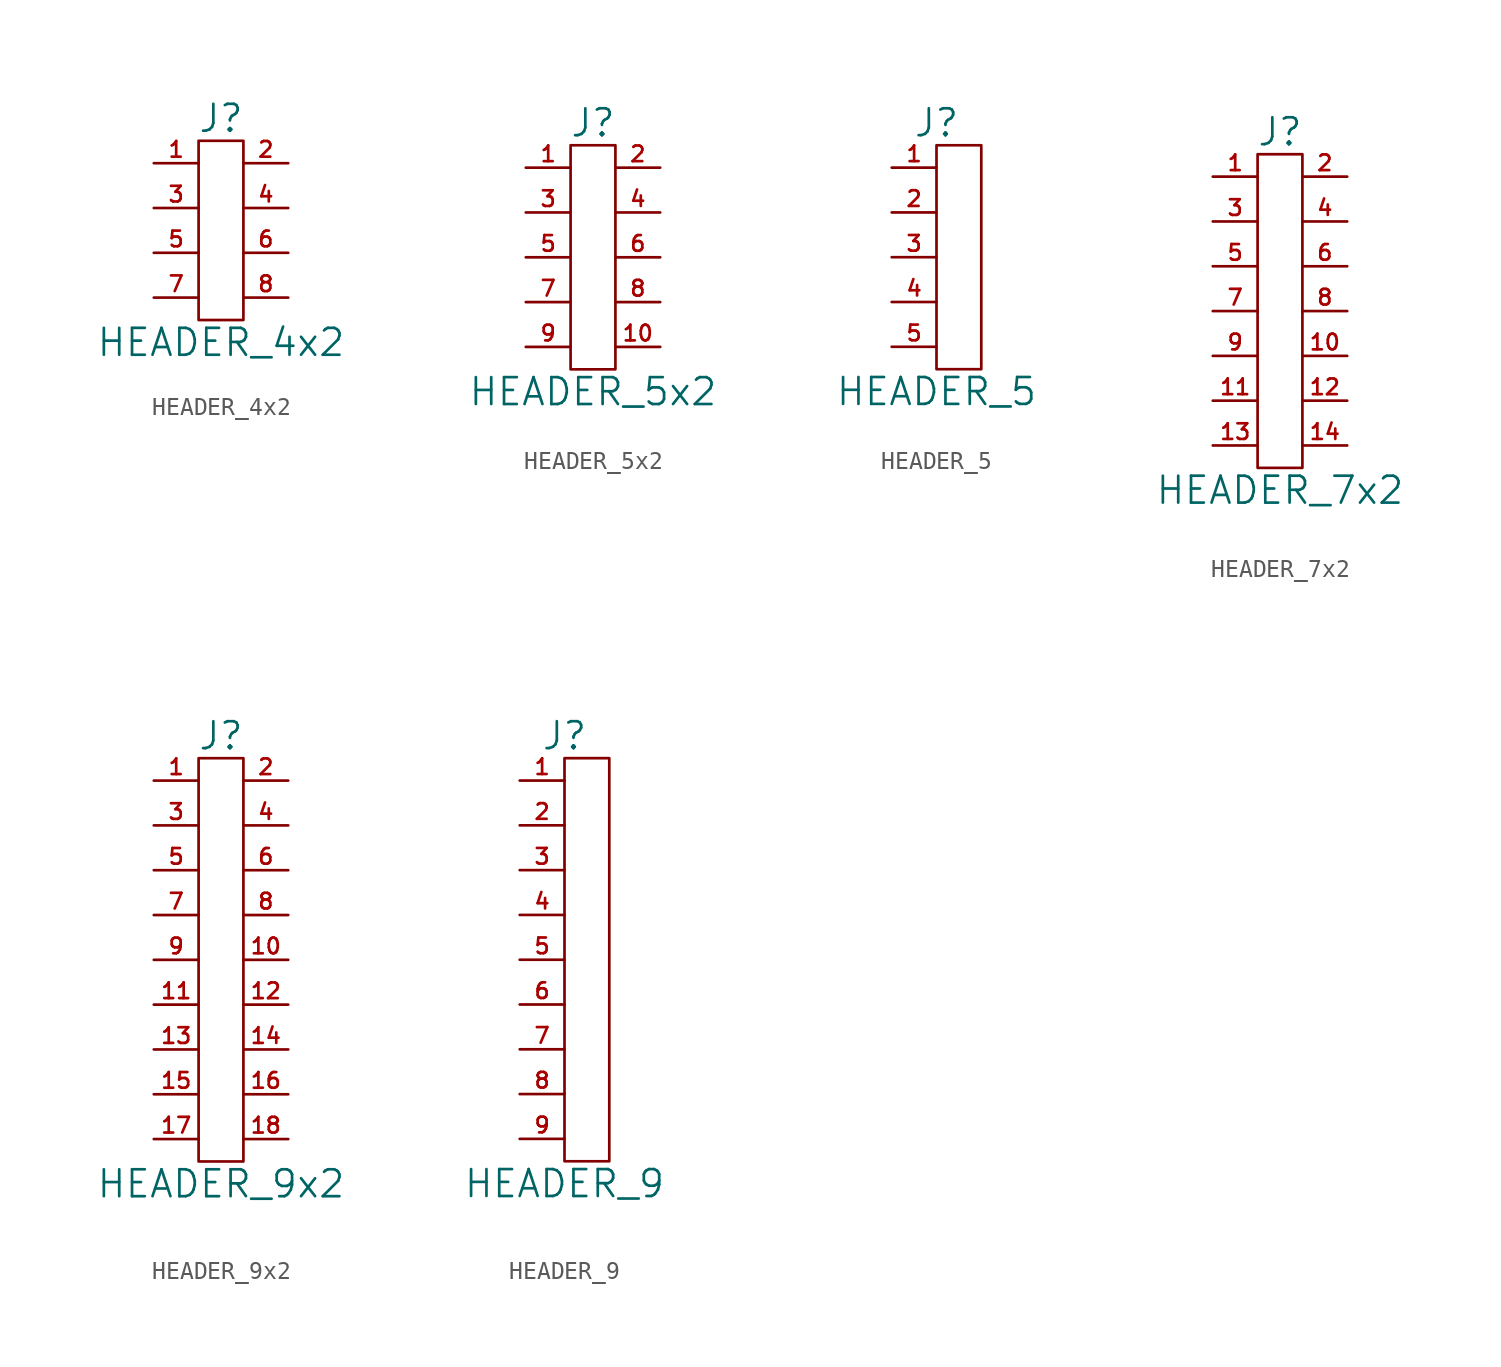
<source format=kicad_sym>
(kicad_symbol_lib
  (version 20220914)
  (generator kicad_symbol_editor)
  (symbol "HEADER_4x2"
    (pin_names
      (offset 0))
    (property "Reference" "J"
      (at 0 6.35 0)
      (effects (font (size 1.524 1.524))))
    (property "Value" "HEADER_4x2"
      (at 0 -6.35 0)
      (effects (font (size 1.524 1.524))))
    (property "Footprint" ""
      (at 0 0 0)
      (effects (font (size 1.524 1.524))))
    (property "Datasheet" ""
      (at 0 0 0)
      (effects (font (size 1.524 1.524))))
    (symbol "HEADER_4x2_0_1"
      (rectangle (start 1.27 5.08) (end -1.27 -5.08) (stroke (width 0) (type solid)) (fill (type none))))
    (symbol "HEADER_4x2_1_1"
      (pin passive line (at -3.81 3.81 0) (length 2.54) (name "~" (effects (font (size 1.27 1.27)))) (number "1" (effects (font (size 0.889 0.889)))))
      (pin passive line (at 3.81 3.81 180) (length 2.54) (name "~" (effects (font (size 1.27 1.27)))) (number "2" (effects (font (size 0.889 0.889)))))
      (pin passive line (at -3.81 1.27 0) (length 2.54) (name "~" (effects (font (size 1.27 1.27)))) (number "3" (effects (font (size 0.889 0.889)))))
      (pin passive line (at 3.81 1.27 180) (length 2.54) (name "~" (effects (font (size 1.27 1.27)))) (number "4" (effects (font (size 0.889 0.889)))))
      (pin passive line (at -3.81 -1.27 0) (length 2.54) (name "~" (effects (font (size 1.27 1.27)))) (number "5" (effects (font (size 0.889 0.889)))))
      (pin passive line (at 3.81 -1.27 180) (length 2.54) (name "~" (effects (font (size 1.27 1.27)))) (number "6" (effects (font (size 0.889 0.889)))))
      (pin passive line (at -3.81 -3.81 0) (length 2.54) (name "~" (effects (font (size 1.27 1.27)))) (number "7" (effects (font (size 0.889 0.889)))))
      (pin passive line (at 3.81 -3.81 180) (length 2.54) (name "~" (effects (font (size 1.27 1.27)))) (number "8" (effects (font (size 0.889 0.889)))))))
  (symbol "HEADER_5x2"
    (pin_names
      (offset 0))
    (property "Reference" "J"
      (at 0 7.62 0)
      (effects (font (size 1.524 1.524))))
    (property "Value" "HEADER_5x2"
      (at 0 -7.62 0)
      (effects (font (size 1.524 1.524))))
    (property "Footprint" ""
      (at 0 0 0)
      (effects (font (size 1.524 1.524))))
    (property "Datasheet" ""
      (at 0 0 0)
      (effects (font (size 1.524 1.524))))
    (symbol "HEADER_5x2_0_1"
      (rectangle (start 1.27 6.35) (end -1.27 -6.35) (stroke (width 0) (type solid)) (fill (type none))))
    (symbol "HEADER_5x2_1_1"
      (pin passive line (at -3.81 5.08 0) (length 2.54) (name "~" (effects (font (size 1.27 1.27)))) (number "1" (effects (font (size 0.889 0.889)))))
      (pin passive line (at 3.81 -5.08 180) (length 2.54) (name "~" (effects (font (size 1.27 1.27)))) (number "10" (effects (font (size 0.889 0.889)))))
      (pin passive line (at 3.81 5.08 180) (length 2.54) (name "~" (effects (font (size 1.27 1.27)))) (number "2" (effects (font (size 0.889 0.889)))))
      (pin passive line (at -3.81 2.54 0) (length 2.54) (name "~" (effects (font (size 1.27 1.27)))) (number "3" (effects (font (size 0.889 0.889)))))
      (pin passive line (at 3.81 2.54 180) (length 2.54) (name "~" (effects (font (size 1.27 1.27)))) (number "4" (effects (font (size 0.889 0.889)))))
      (pin passive line (at -3.81 0 0) (length 2.54) (name "~" (effects (font (size 1.27 1.27)))) (number "5" (effects (font (size 0.889 0.889)))))
      (pin passive line (at 3.81 0 180) (length 2.54) (name "~" (effects (font (size 1.27 1.27)))) (number "6" (effects (font (size 0.889 0.889)))))
      (pin passive line (at -3.81 -2.54 0) (length 2.54) (name "~" (effects (font (size 1.27 1.27)))) (number "7" (effects (font (size 0.889 0.889)))))
      (pin passive line (at 3.81 -2.54 180) (length 2.54) (name "~" (effects (font (size 1.27 1.27)))) (number "8" (effects (font (size 0.889 0.889)))))
      (pin passive line (at -3.81 -5.08 0) (length 2.54) (name "~" (effects (font (size 1.27 1.27)))) (number "9" (effects (font (size 0.889 0.889)))))))
  (symbol "HEADER_5"
    (pin_names
      (offset 0))
    (property "Reference" "J"
      (at 0 7.62 0)
      (effects (font (size 1.524 1.524))))
    (property "Value" "HEADER_5"
      (at 0 -7.62 0)
      (effects (font (size 1.524 1.524))))
    (property "Footprint" ""
      (at 0 0 0)
      (effects (font (size 1.524 1.524))))
    (property "Datasheet" ""
      (at 0 0 0)
      (effects (font (size 1.524 1.524))))
    (symbol "HEADER_5_0_1"
      (rectangle (start 2.54 6.35) (end 0 -6.35) (stroke (width 0) (type solid)) (fill (type none))))
    (symbol "HEADER_5_1_1"
      (pin passive line (at -2.54 5.08 0) (length 2.54) (name "~" (effects (font (size 1.27 1.27)))) (number "1" (effects (font (size 0.889 0.889)))))
      (pin passive line (at -2.54 2.54 0) (length 2.54) (name "~" (effects (font (size 1.27 1.27)))) (number "2" (effects (font (size 0.889 0.889)))))
      (pin passive line (at -2.54 0 0) (length 2.54) (name "~" (effects (font (size 1.27 1.27)))) (number "3" (effects (font (size 0.889 0.889)))))
      (pin passive line (at -2.54 -2.54 0) (length 2.54) (name "~" (effects (font (size 1.27 1.27)))) (number "4" (effects (font (size 0.889 0.889)))))
      (pin passive line (at -2.54 -5.08 0) (length 2.54) (name "~" (effects (font (size 1.27 1.27)))) (number "5" (effects (font (size 0.889 0.889)))))))
  (symbol "HEADER_7x2"
    (pin_names
      (offset 0))
    (property "Reference" "J"
      (at 0 10.16 0)
      (effects (font (size 1.524 1.524))))
    (property "Value" "HEADER_7x2"
      (at 0 -10.16 0)
      (effects (font (size 1.524 1.524))))
    (property "Footprint" ""
      (at 0 0 0)
      (effects (font (size 1.524 1.524))))
    (property "Datasheet" ""
      (at 0 0 0)
      (effects (font (size 1.524 1.524))))
    (symbol "HEADER_7x2_0_1"
      (rectangle (start 1.27 8.89) (end -1.27 -8.89) (stroke (width 0) (type solid)) (fill (type none))))
    (symbol "HEADER_7x2_1_1"
      (pin passive line (at -3.81 7.62 0) (length 2.54) (name "~" (effects (font (size 1.27 1.27)))) (number "1" (effects (font (size 0.889 0.889)))))
      (pin passive line (at 3.81 -2.54 180) (length 2.54) (name "~" (effects (font (size 1.27 1.27)))) (number "10" (effects (font (size 0.889 0.889)))))
      (pin passive line (at -3.81 -5.08 0) (length 2.54) (name "~" (effects (font (size 1.27 1.27)))) (number "11" (effects (font (size 0.889 0.889)))))
      (pin passive line (at 3.81 -5.08 180) (length 2.54) (name "~" (effects (font (size 1.27 1.27)))) (number "12" (effects (font (size 0.889 0.889)))))
      (pin passive line (at -3.81 -7.62 0) (length 2.54) (name "~" (effects (font (size 1.27 1.27)))) (number "13" (effects (font (size 0.889 0.889)))))
      (pin passive line (at 3.81 -7.62 180) (length 2.54) (name "~" (effects (font (size 1.27 1.27)))) (number "14" (effects (font (size 0.889 0.889)))))
      (pin passive line (at 3.81 7.62 180) (length 2.54) (name "~" (effects (font (size 1.27 1.27)))) (number "2" (effects (font (size 0.889 0.889)))))
      (pin passive line (at -3.81 5.08 0) (length 2.54) (name "~" (effects (font (size 1.27 1.27)))) (number "3" (effects (font (size 0.889 0.889)))))
      (pin passive line (at 3.81 5.08 180) (length 2.54) (name "~" (effects (font (size 1.27 1.27)))) (number "4" (effects (font (size 0.889 0.889)))))
      (pin passive line (at -3.81 2.54 0) (length 2.54) (name "~" (effects (font (size 1.27 1.27)))) (number "5" (effects (font (size 0.889 0.889)))))
      (pin passive line (at 3.81 2.54 180) (length 2.54) (name "~" (effects (font (size 1.27 1.27)))) (number "6" (effects (font (size 0.889 0.889)))))
      (pin passive line (at -3.81 0 0) (length 2.54) (name "~" (effects (font (size 1.27 1.27)))) (number "7" (effects (font (size 0.889 0.889)))))
      (pin passive line (at 3.81 0 180) (length 2.54) (name "~" (effects (font (size 1.27 1.27)))) (number "8" (effects (font (size 0.889 0.889)))))
      (pin passive line (at -3.81 -2.54 0) (length 2.54) (name "~" (effects (font (size 1.27 1.27)))) (number "9" (effects (font (size 0.889 0.889)))))))
  (symbol "HEADER_9x2"
    (pin_names
      (offset 0))
    (property "Reference" "J"
      (at 0 12.7 0)
      (effects (font (size 1.524 1.524))))
    (property "Value" "HEADER_9x2"
      (at 0 -12.7 0)
      (effects (font (size 1.524 1.524))))
    (property "Footprint" ""
      (at 0 0 0)
      (effects (font (size 1.524 1.524))))
    (property "Datasheet" ""
      (at 0 0 0)
      (effects (font (size 1.524 1.524))))
    (symbol "HEADER_9x2_0_1"
      (rectangle (start 1.27 11.43) (end -1.27 -11.43) (stroke (width 0) (type solid)) (fill (type none))))
    (symbol "HEADER_9x2_1_1"
      (pin passive line (at -3.81 10.16 0) (length 2.54) (name "~" (effects (font (size 1.27 1.27)))) (number "1" (effects (font (size 0.889 0.889)))))
      (pin passive line (at 3.81 0 180) (length 2.54) (name "~" (effects (font (size 1.27 1.27)))) (number "10" (effects (font (size 0.889 0.889)))))
      (pin passive line (at -3.81 -2.54 0) (length 2.54) (name "~" (effects (font (size 1.27 1.27)))) (number "11" (effects (font (size 0.889 0.889)))))
      (pin passive line (at 3.81 -2.54 180) (length 2.54) (name "~" (effects (font (size 1.27 1.27)))) (number "12" (effects (font (size 0.889 0.889)))))
      (pin passive line (at -3.81 -5.08 0) (length 2.54) (name "~" (effects (font (size 1.27 1.27)))) (number "13" (effects (font (size 0.889 0.889)))))
      (pin passive line (at 3.81 -5.08 180) (length 2.54) (name "~" (effects (font (size 1.27 1.27)))) (number "14" (effects (font (size 0.889 0.889)))))
      (pin passive line (at -3.81 -7.62 0) (length 2.54) (name "~" (effects (font (size 1.27 1.27)))) (number "15" (effects (font (size 0.889 0.889)))))
      (pin passive line (at 3.81 -7.62 180) (length 2.54) (name "~" (effects (font (size 1.27 1.27)))) (number "16" (effects (font (size 0.889 0.889)))))
      (pin passive line (at -3.81 -10.16 0) (length 2.54) (name "~" (effects (font (size 1.27 1.27)))) (number "17" (effects (font (size 0.889 0.889)))))
      (pin passive line (at 3.81 -10.16 180) (length 2.54) (name "~" (effects (font (size 1.27 1.27)))) (number "18" (effects (font (size 0.889 0.889)))))
      (pin passive line (at 3.81 10.16 180) (length 2.54) (name "~" (effects (font (size 1.27 1.27)))) (number "2" (effects (font (size 0.889 0.889)))))
      (pin passive line (at -3.81 7.62 0) (length 2.54) (name "~" (effects (font (size 1.27 1.27)))) (number "3" (effects (font (size 0.889 0.889)))))
      (pin passive line (at 3.81 7.62 180) (length 2.54) (name "~" (effects (font (size 1.27 1.27)))) (number "4" (effects (font (size 0.889 0.889)))))
      (pin passive line (at -3.81 5.08 0) (length 2.54) (name "~" (effects (font (size 1.27 1.27)))) (number "5" (effects (font (size 0.889 0.889)))))
      (pin passive line (at 3.81 5.08 180) (length 2.54) (name "~" (effects (font (size 1.27 1.27)))) (number "6" (effects (font (size 0.889 0.889)))))
      (pin passive line (at -3.81 2.54 0) (length 2.54) (name "~" (effects (font (size 1.27 1.27)))) (number "7" (effects (font (size 0.889 0.889)))))
      (pin passive line (at 3.81 2.54 180) (length 2.54) (name "~" (effects (font (size 1.27 1.27)))) (number "8" (effects (font (size 0.889 0.889)))))
      (pin passive line (at -3.81 0 0) (length 2.54) (name "~" (effects (font (size 1.27 1.27)))) (number "9" (effects (font (size 0.889 0.889)))))))
  (symbol "HEADER_9"
    (pin_names
      (offset 0))
    (property "Reference" "J"
      (at 0 12.7 0)
      (effects (font (size 1.524 1.524))))
    (property "Value" "HEADER_9"
      (at 0 -12.7 0)
      (effects (font (size 1.524 1.524))))
    (property "Footprint" ""
      (at 0 0 0)
      (effects (font (size 1.524 1.524))))
    (property "Datasheet" ""
      (at 0 0 0)
      (effects (font (size 1.524 1.524))))
    (symbol "HEADER_9_0_1"
      (rectangle (start 2.54 11.43) (end 0 -11.43) (stroke (width 0) (type solid)) (fill (type none))))
    (symbol "HEADER_9_1_1"
      (pin passive line (at -2.54 10.16 0) (length 2.54) (name "~" (effects (font (size 1.27 1.27)))) (number "1" (effects (font (size 0.889 0.889)))))
      (pin passive line (at -2.54 7.62 0) (length 2.54) (name "~" (effects (font (size 1.27 1.27)))) (number "2" (effects (font (size 0.889 0.889)))))
      (pin passive line (at -2.54 5.08 0) (length 2.54) (name "~" (effects (font (size 1.27 1.27)))) (number "3" (effects (font (size 0.889 0.889)))))
      (pin passive line (at -2.54 2.54 0) (length 2.54) (name "~" (effects (font (size 1.27 1.27)))) (number "4" (effects (font (size 0.889 0.889)))))
      (pin passive line (at -2.54 0 0) (length 2.54) (name "~" (effects (font (size 1.27 1.27)))) (number "5" (effects (font (size 0.889 0.889)))))
      (pin passive line (at -2.54 -2.54 0) (length 2.54) (name "~" (effects (font (size 1.27 1.27)))) (number "6" (effects (font (size 0.889 0.889)))))
      (pin passive line (at -2.54 -5.08 0) (length 2.54) (name "~" (effects (font (size 1.27 1.27)))) (number "7" (effects (font (size 0.889 0.889)))))
      (pin passive line (at -2.54 -7.62 0) (length 2.54) (name "~" (effects (font (size 1.27 1.27)))) (number "8" (effects (font (size 0.889 0.889)))))
      (pin passive line (at -2.54 -10.16 0) (length 2.54) (name "~" (effects (font (size 1.27 1.27)))) (number "9" (effects (font (size 0.889 0.889))))))))
</source>
